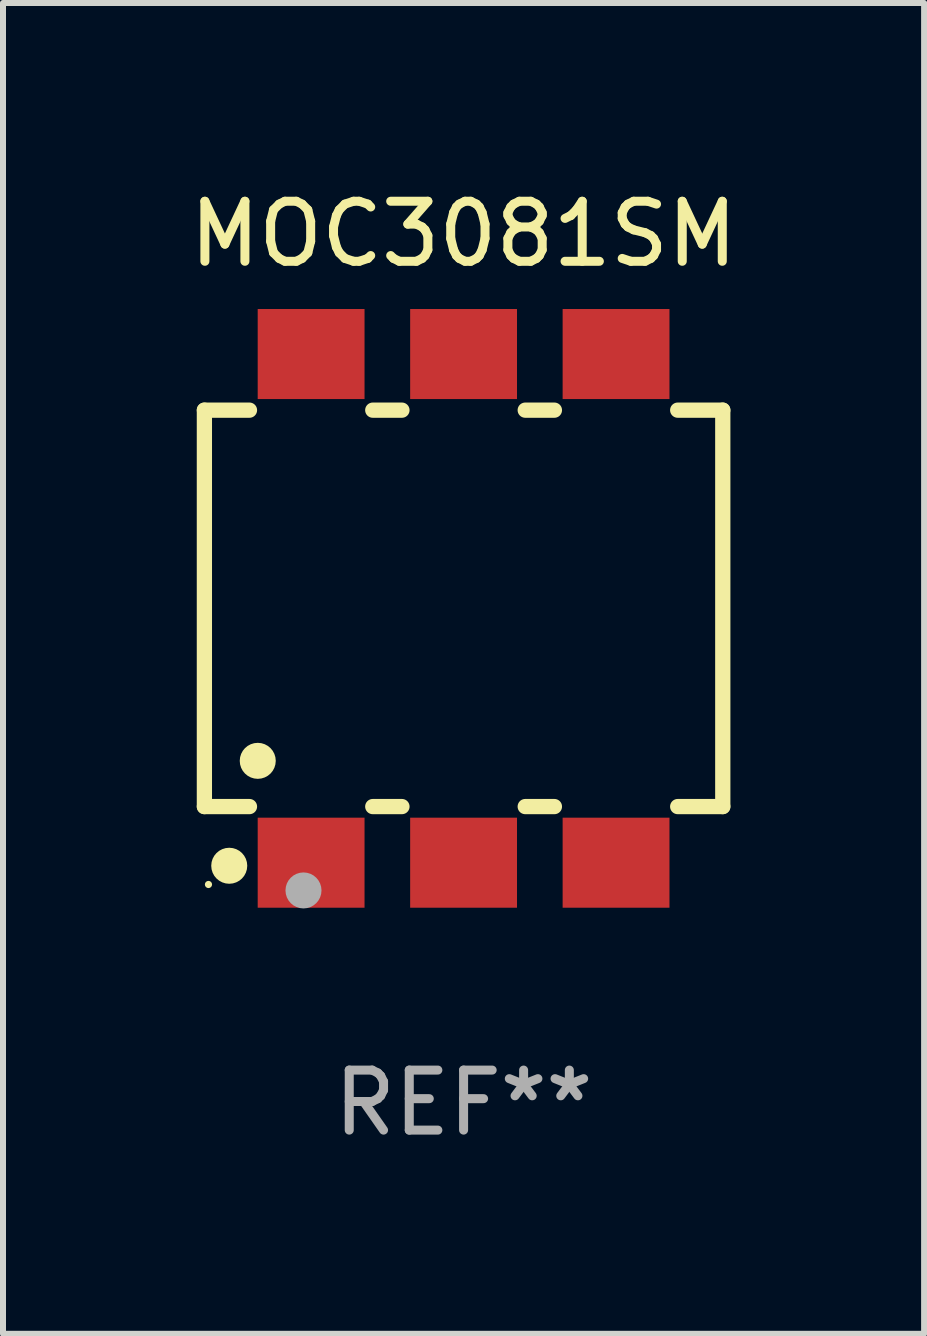
<source format=kicad_pcb>
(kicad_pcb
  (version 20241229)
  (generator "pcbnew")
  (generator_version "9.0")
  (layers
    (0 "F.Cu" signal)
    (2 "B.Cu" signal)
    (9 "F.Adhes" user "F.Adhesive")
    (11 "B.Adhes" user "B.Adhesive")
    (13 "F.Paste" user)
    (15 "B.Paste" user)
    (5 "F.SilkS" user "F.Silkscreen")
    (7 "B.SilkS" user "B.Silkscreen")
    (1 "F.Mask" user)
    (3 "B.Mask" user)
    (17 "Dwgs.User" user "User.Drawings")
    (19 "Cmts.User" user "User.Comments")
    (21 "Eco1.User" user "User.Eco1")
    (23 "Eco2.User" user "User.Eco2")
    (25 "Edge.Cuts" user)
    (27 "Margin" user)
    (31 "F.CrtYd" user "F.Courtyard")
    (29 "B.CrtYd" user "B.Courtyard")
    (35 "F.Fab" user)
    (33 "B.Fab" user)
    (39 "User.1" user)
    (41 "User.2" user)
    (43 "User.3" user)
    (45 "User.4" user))
  (footprint "MOC3081SM"
    (layer "F.Cu")
    (at 4.673 7.085)
    (property "Reference" "MOC3081SM" (at 0 -6.237 0) (layer "F.SilkS") (effects (font (size 1 1) (thickness 0.15))))
    (attr through_hole)
    (fp_line (start -4.318 -3.302) (end -3.567 -3.302) (stroke (width 0.254) (type solid)) (layer "F.SilkS"))
    (fp_line (start -4.318 3.302) (end -4.318 -3.302) (stroke (width 0.254) (type solid)) (layer "F.SilkS"))
    (fp_line (start -3.567 3.302) (end -4.318 3.302) (stroke (width 0.254) (type solid)) (layer "F.SilkS"))
    (fp_line (start -1.513 -3.302) (end -1.027 -3.302) (stroke (width 0.254) (type solid)) (layer "F.SilkS"))
    (fp_line (start -1.027 3.302) (end -1.513 3.302) (stroke (width 0.254) (type solid)) (layer "F.SilkS"))
    (fp_line (start 1.027 -3.302) (end 1.513 -3.302) (stroke (width 0.254) (type solid)) (layer "F.SilkS"))
    (fp_line (start 1.513 3.302) (end 1.027 3.302) (stroke (width 0.254) (type solid)) (layer "F.SilkS"))
    (fp_line (start 3.567 -3.302) (end 4.318 -3.302) (stroke (width 0.254) (type solid)) (layer "F.SilkS"))
    (fp_line (start 4.318 -3.302) (end 4.318 3.302) (stroke (width 0.254) (type solid)) (layer "F.SilkS"))
    (fp_line (start 4.318 3.302) (end 3.567 3.302) (stroke (width 0.254) (type solid)) (layer "F.SilkS"))
    (fp_circle (center -4.25 4.6) (end -4.22 4.6) (stroke (width 0.06) (type solid)) (fill no) (layer "F.SilkS"))
    (fp_circle (center -3.904 4.288) (end -3.754 4.288) (stroke (width 0.3) (type solid)) (fill no) (layer "F.SilkS"))
    (fp_circle (center -3.429 2.54) (end -3.279 2.54) (stroke (width 0.3) (type solid)) (fill no) (layer "F.SilkS"))
    (fp_circle (center -2.667 4.699) (end -2.517 4.699) (stroke (width 0.3) (type solid)) (fill no) (layer "F.Fab"))
    (fp_text user "REF**" (at 0 8.237 0) (layer "F.Fab") (effects (font (size 1 1) (thickness 0.15))))
    (pad "1" smd rect (at -2.54 4.237) (size 1.78 1.5) (layers "F.Cu" "F.Mask" "F.Paste"))
    (pad "2" smd rect (at 0 4.237) (size 1.78 1.5) (layers "F.Cu" "F.Mask" "F.Paste"))
    (pad "3" smd rect (at 2.54 4.237) (size 1.78 1.5) (layers "F.Cu" "F.Mask" "F.Paste"))
    (pad "4" smd rect (at 2.54 -4.237) (size 1.78 1.5) (layers "F.Cu" "F.Mask" "F.Paste"))
    (pad "5" smd rect (at 0 -4.237) (size 1.78 1.5) (layers "F.Cu" "F.Mask" "F.Paste"))
    (pad "6" smd rect (at -2.54 -4.237) (size 1.78 1.5) (layers "F.Cu" "F.Mask" "F.Paste")))
  (gr_rect
    (start -3 -3)
    (end 12.345 19.17)
    (stroke (width 0.1) (type default))
    (fill no)
    (layer "Edge.Cuts")))
</source>
